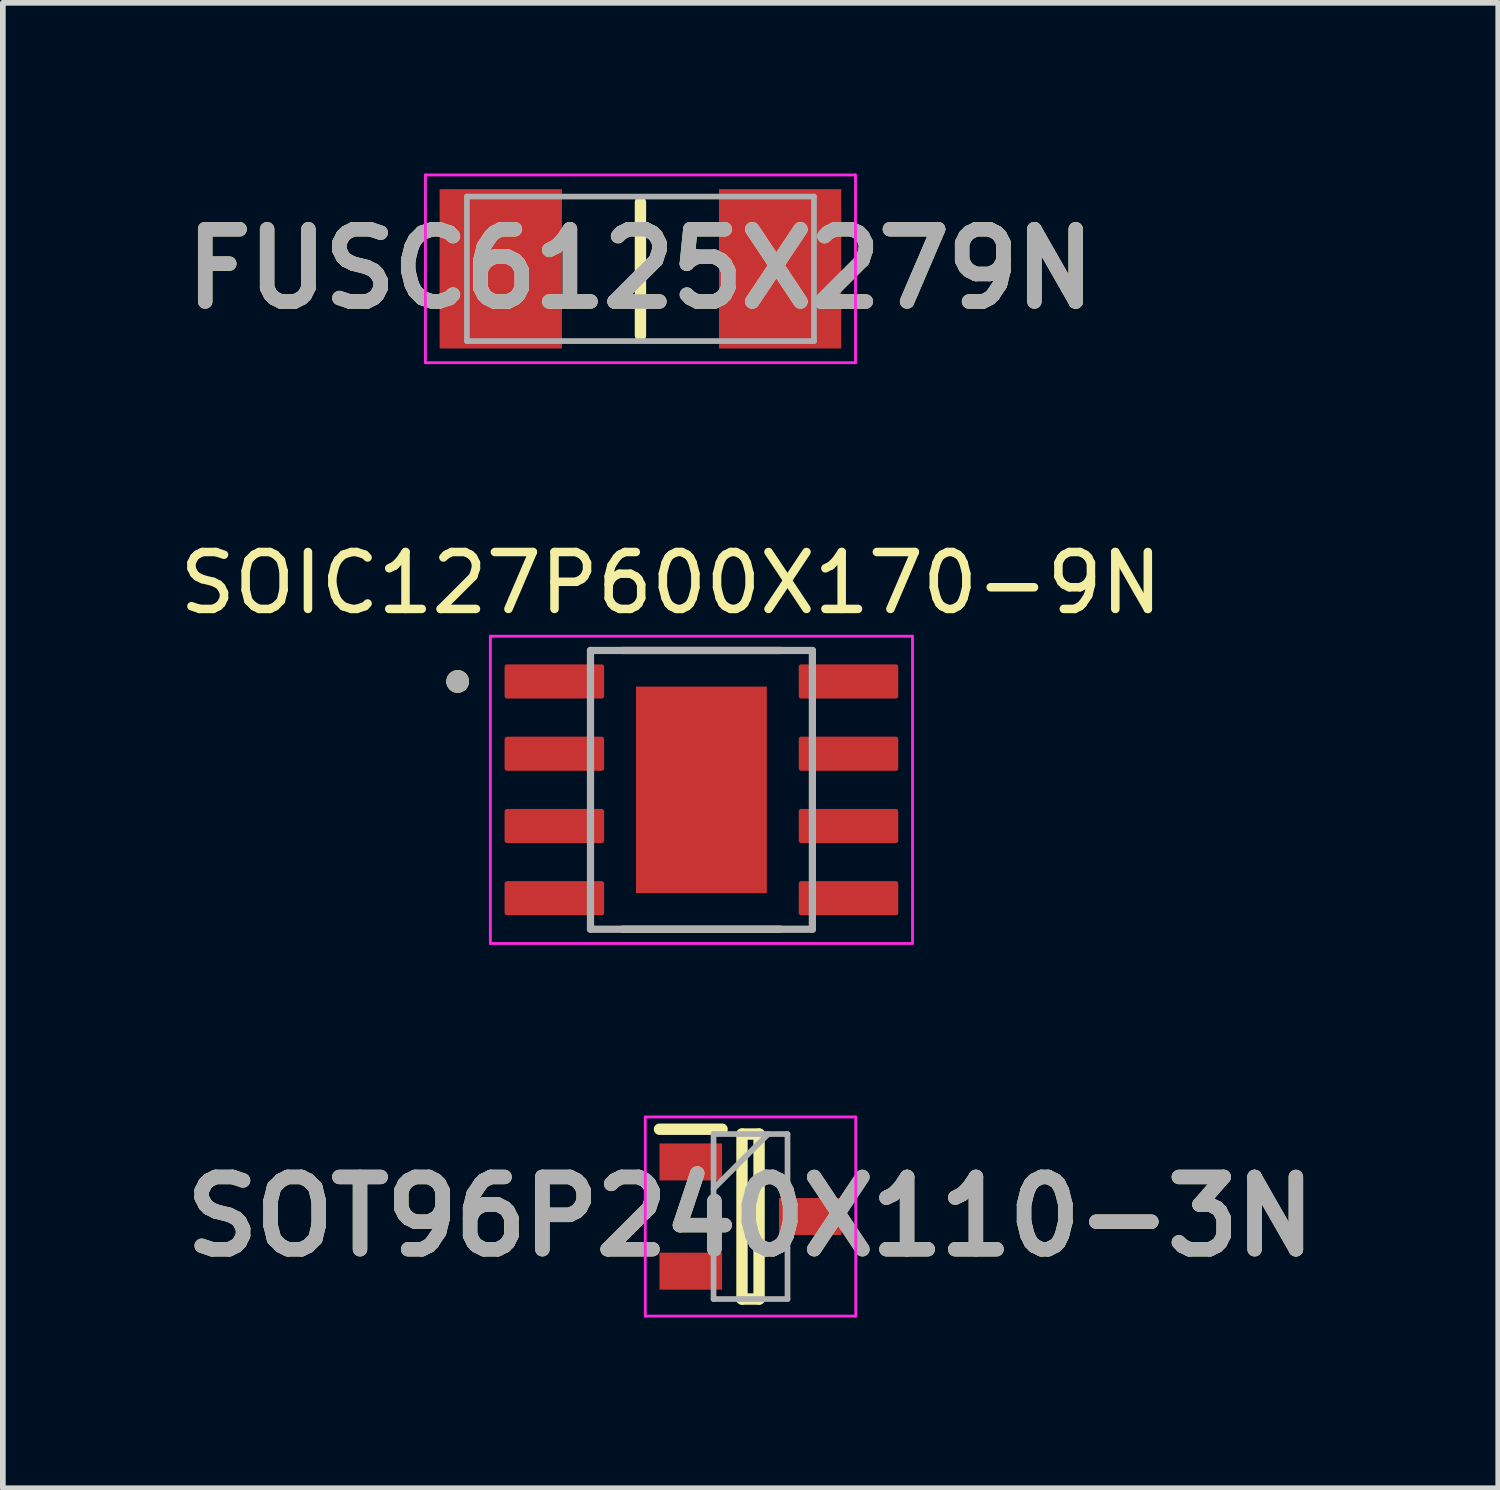
<source format=kicad_pcb>
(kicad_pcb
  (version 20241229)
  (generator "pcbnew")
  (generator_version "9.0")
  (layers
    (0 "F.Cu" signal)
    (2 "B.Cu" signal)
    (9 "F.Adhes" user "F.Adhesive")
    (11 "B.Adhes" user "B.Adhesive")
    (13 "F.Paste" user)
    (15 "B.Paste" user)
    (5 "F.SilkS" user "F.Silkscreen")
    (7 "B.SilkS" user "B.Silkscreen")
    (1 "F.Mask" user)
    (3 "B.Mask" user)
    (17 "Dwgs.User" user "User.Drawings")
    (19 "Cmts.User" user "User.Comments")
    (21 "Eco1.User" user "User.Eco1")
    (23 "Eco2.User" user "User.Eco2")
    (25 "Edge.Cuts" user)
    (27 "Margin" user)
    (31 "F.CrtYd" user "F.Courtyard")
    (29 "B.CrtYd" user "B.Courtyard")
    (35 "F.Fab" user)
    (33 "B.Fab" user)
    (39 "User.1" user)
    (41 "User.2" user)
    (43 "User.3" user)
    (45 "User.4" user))
  (footprint "SOT96P240X110-3N"
    (layer "F.Cu")
    (at 10.142 18.333)
    (property "Reference" "SOT96P240X110-3N" (at 0 0 0) (layer "F.SilkS") (effects (font (size 1.27 1.27) (thickness 0.254))))
    (attr smd)
    (fp_line (start -1.6 -1.535) (end -0.5 -1.535) (stroke (width 0.2) (type solid)) (layer "F.SilkS"))
    (fp_line (start -0.15 -1.45) (end 0.15 -1.45) (stroke (width 0.2) (type solid)) (layer "F.SilkS"))
    (fp_line (start -0.15 1.45) (end -0.15 -1.45) (stroke (width 0.2) (type solid)) (layer "F.SilkS"))
    (fp_line (start 0.15 -1.45) (end 0.15 1.45) (stroke (width 0.2) (type solid)) (layer "F.SilkS"))
    (fp_line (start 0.15 1.45) (end -0.15 1.45) (stroke (width 0.2) (type solid)) (layer "F.SilkS"))
    (fp_line (start -1.85 -1.75) (end 1.85 -1.75) (stroke (width 0.05) (type solid)) (layer "F.CrtYd"))
    (fp_line (start -1.85 1.75) (end -1.85 -1.75) (stroke (width 0.05) (type solid)) (layer "F.CrtYd"))
    (fp_line (start 1.85 -1.75) (end 1.85 1.75) (stroke (width 0.05) (type solid)) (layer "F.CrtYd"))
    (fp_line (start 1.85 1.75) (end -1.85 1.75) (stroke (width 0.05) (type solid)) (layer "F.CrtYd"))
    (fp_line (start -0.65 -1.45) (end 0.65 -1.45) (stroke (width 0.1) (type solid)) (layer "F.Fab"))
    (fp_line (start -0.65 -0.49) (end 0.31 -1.45) (stroke (width 0.1) (type solid)) (layer "F.Fab"))
    (fp_line (start -0.65 1.45) (end -0.65 -1.45) (stroke (width 0.1) (type solid)) (layer "F.Fab"))
    (fp_line (start 0.65 -1.45) (end 0.65 1.45) (stroke (width 0.1) (type solid)) (layer "F.Fab"))
    (fp_line (start 0.65 1.45) (end -0.65 1.45) (stroke (width 0.1) (type solid)) (layer "F.Fab"))
    (fp_text user "${REFERENCE}" (at 0 0 0) (layer "F.Fab") (effects (font (size 1.27 1.27) (thickness 0.254))))
    (pad "1" smd rect (at -1.05 -0.96 90) (size 0.65 1.1) (layers "F.Cu" "F.Mask" "F.Paste"))
    (pad "2" smd rect (at -1.05 0.96 90) (size 0.65 1.1) (layers "F.Cu" "F.Mask" "F.Paste"))
    (pad "3" smd rect (at 1.05 0 90) (size 0.65 1.1) (layers "F.Cu" "F.Mask" "F.Paste")))
  (footprint "SOIC127P600X170-9N"
    (layer "F.Cu")
    (at 9.279 10.833)
    (property "Reference" "SOIC127P600X170-9N" (at -0.535 -3.635 0) (layer "F.SilkS") (effects (font (size 1 1) (thickness 0.15))))
    (attr through_hole)
    (fp_line (start -1.39 -2.45) (end 1.39 -2.45) (stroke (width 0.127) (type solid)) (layer "F.SilkS"))
    (fp_line (start -1.39 2.45) (end 1.39 2.45) (stroke (width 0.127) (type solid)) (layer "F.SilkS"))
    (fp_circle (center -4.285 -1.905) (end -4.185 -1.905) (stroke (width 0.2) (type solid)) (fill no) (layer "F.SilkS"))
    (fp_poly (pts (xy -0.73 -1.15) (xy 0.73 -1.15) (xy 0.73 1.15) (xy -0.73 1.15)) (stroke (width 0.01) (type solid)) (fill yes) (layer "F.Paste"))
    (fp_line (start -3.71 -2.7) (end -3.71 2.7) (stroke (width 0.05) (type solid)) (layer "F.CrtYd"))
    (fp_line (start -3.71 2.7) (end 3.71 2.7) (stroke (width 0.05) (type solid)) (layer "F.CrtYd"))
    (fp_line (start 3.71 -2.7) (end -3.71 -2.7) (stroke (width 0.05) (type solid)) (layer "F.CrtYd"))
    (fp_line (start 3.71 2.7) (end 3.71 -2.7) (stroke (width 0.05) (type solid)) (layer "F.CrtYd"))
    (fp_line (start -1.95 -2.45) (end 1.95 -2.45) (stroke (width 0.127) (type solid)) (layer "F.Fab"))
    (fp_line (start -1.95 2.45) (end -1.95 -2.45) (stroke (width 0.127) (type solid)) (layer "F.Fab"))
    (fp_line (start 1.95 -2.45) (end 1.95 2.45) (stroke (width 0.127) (type solid)) (layer "F.Fab"))
    (fp_line (start 1.95 2.45) (end -1.95 2.45) (stroke (width 0.127) (type solid)) (layer "F.Fab"))
    (fp_circle (center -4.285 -1.905) (end -4.185 -1.905) (stroke (width 0.2) (type solid)) (fill no) (layer "F.Fab"))
    (pad "1" smd roundrect (at -2.585 -1.905) (size 1.75 0.6) (layers "F.Cu" "F.Mask" "F.Paste") (roundrect_rratio 0.07))
    (pad "2" smd roundrect (at -2.585 -0.635) (size 1.75 0.6) (layers "F.Cu" "F.Mask" "F.Paste") (roundrect_rratio 0.07))
    (pad "3" smd roundrect (at -2.585 0.635) (size 1.75 0.6) (layers "F.Cu" "F.Mask" "F.Paste") (roundrect_rratio 0.07))
    (pad "4" smd roundrect (at -2.585 1.905) (size 1.75 0.6) (layers "F.Cu" "F.Mask" "F.Paste") (roundrect_rratio 0.07))
    (pad "5" smd roundrect (at 2.585 1.905) (size 1.75 0.6) (layers "F.Cu" "F.Mask" "F.Paste") (roundrect_rratio 0.07))
    (pad "6" smd roundrect (at 2.585 0.635) (size 1.75 0.6) (layers "F.Cu" "F.Mask" "F.Paste") (roundrect_rratio 0.07))
    (pad "7" smd roundrect (at 2.585 -0.635) (size 1.75 0.6) (layers "F.Cu" "F.Mask" "F.Paste") (roundrect_rratio 0.07))
    (pad "8" smd roundrect (at 2.585 -1.905) (size 1.75 0.6) (layers "F.Cu" "F.Mask" "F.Paste") (roundrect_rratio 0.07))
    (pad "9" smd rect (at 0 0) (size 2.3 3.63) (layers "F.Cu" "F.Mask")))
  (footprint "FUSC6125X279N"
    (layer "F.Cu")
    (at 8.207 1.675)
    (property "Reference" "FUSC6125X279N" (at 0 0 0) (layer "F.SilkS") (effects (font (size 1.27 1.27) (thickness 0.254))))
    (attr smd)
    (fp_line (start 0 -1.17) (end 0 1.17) (stroke (width 0.2) (type solid)) (layer "F.SilkS"))
    (fp_line (start -3.78 -1.65) (end 3.78 -1.65) (stroke (width 0.05) (type solid)) (layer "F.CrtYd"))
    (fp_line (start -3.78 1.65) (end -3.78 -1.65) (stroke (width 0.05) (type solid)) (layer "F.CrtYd"))
    (fp_line (start 3.78 -1.65) (end 3.78 1.65) (stroke (width 0.05) (type solid)) (layer "F.CrtYd"))
    (fp_line (start 3.78 1.65) (end -3.78 1.65) (stroke (width 0.05) (type solid)) (layer "F.CrtYd"))
    (fp_line (start -3.05 -1.27) (end 3.05 -1.27) (stroke (width 0.1) (type solid)) (layer "F.Fab"))
    (fp_line (start -3.05 1.27) (end -3.05 -1.27) (stroke (width 0.1) (type solid)) (layer "F.Fab"))
    (fp_line (start 3.05 -1.27) (end 3.05 1.27) (stroke (width 0.1) (type solid)) (layer "F.Fab"))
    (fp_line (start 3.05 1.27) (end -3.05 1.27) (stroke (width 0.1) (type solid)) (layer "F.Fab"))
    (fp_text user "${REFERENCE}" (at 0 0 0) (layer "F.Fab") (effects (font (size 1.27 1.27) (thickness 0.254))))
    (pad "1" smd rect (at -2.455 0) (size 2.15 2.8) (layers "F.Cu" "F.Mask" "F.Paste"))
    (pad "2" smd rect (at 2.455 0) (size 2.15 2.8) (layers "F.Cu" "F.Mask" "F.Paste")))
  (gr_rect
    (start -3 -3)
    (end 23.284 23.108)
    (stroke (width 0.1) (type default))
    (fill no)
    (layer "Edge.Cuts")))
</source>
